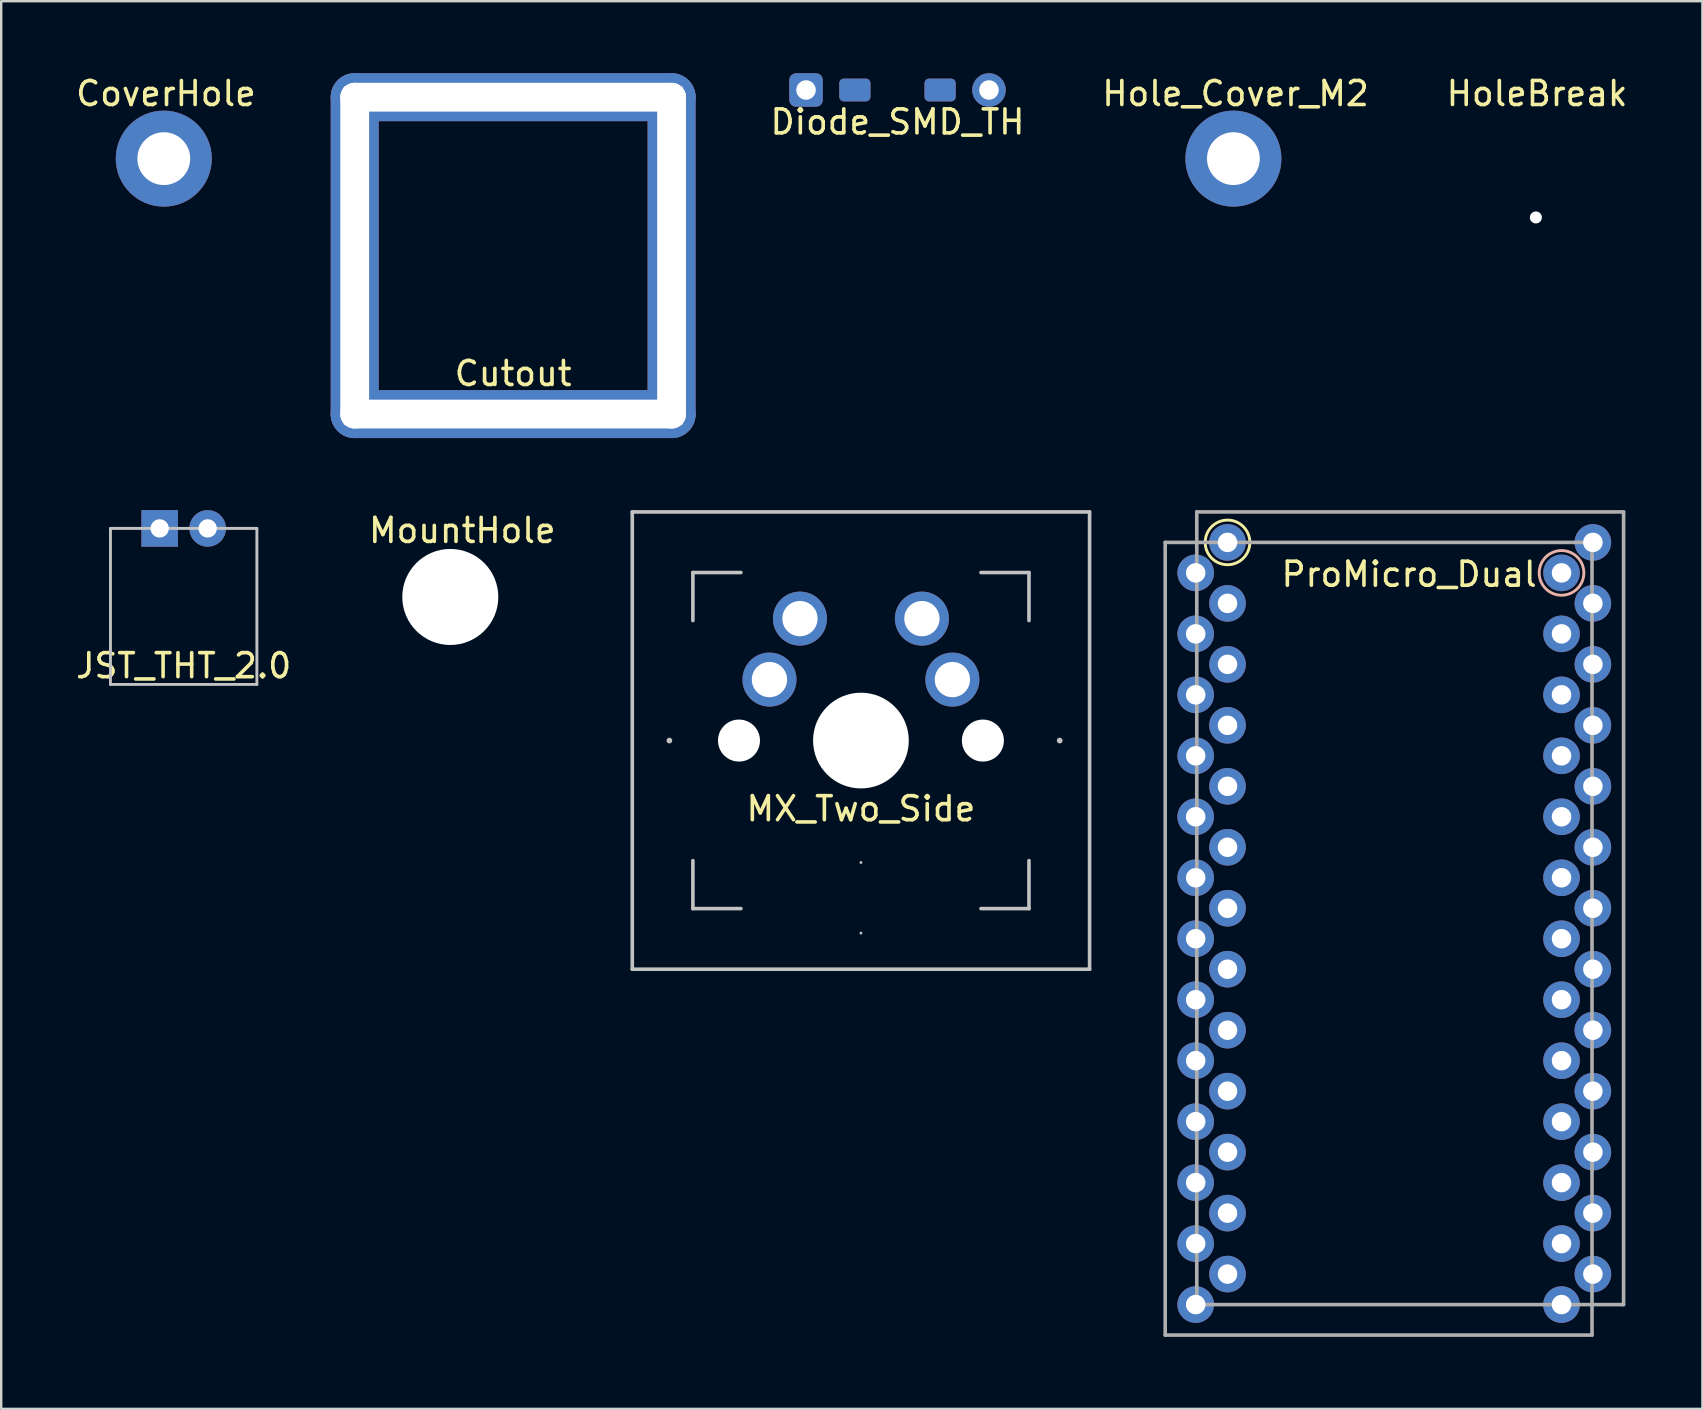
<source format=kicad_pcb>
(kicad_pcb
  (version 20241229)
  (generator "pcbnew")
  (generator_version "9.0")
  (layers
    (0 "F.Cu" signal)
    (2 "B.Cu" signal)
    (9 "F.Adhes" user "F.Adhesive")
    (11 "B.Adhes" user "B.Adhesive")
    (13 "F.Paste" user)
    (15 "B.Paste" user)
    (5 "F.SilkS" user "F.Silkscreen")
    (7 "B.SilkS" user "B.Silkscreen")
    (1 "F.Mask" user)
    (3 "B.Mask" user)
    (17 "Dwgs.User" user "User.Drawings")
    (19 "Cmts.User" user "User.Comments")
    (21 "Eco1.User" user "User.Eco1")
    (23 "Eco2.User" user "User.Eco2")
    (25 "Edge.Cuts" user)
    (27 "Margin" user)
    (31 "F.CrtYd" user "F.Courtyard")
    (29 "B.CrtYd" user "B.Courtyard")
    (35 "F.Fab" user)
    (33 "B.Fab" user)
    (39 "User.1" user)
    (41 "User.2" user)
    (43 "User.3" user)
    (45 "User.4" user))
  (footprint "HoleBreak"
    (layer "F.Cu")
    (at 60.93 6.008)
    (property "Reference" "HoleBreak" (at 0.05 -5.16 0) (layer "F.SilkS") (effects (font (size 1 1) (thickness 0.15))))
    (attr through_hole)
    (pad "" np_thru_hole circle (at 0 0) (size 0.5 0.5) (drill 0.5) (layers "*.Cu" "*.Mask")))
  (footprint "CoverHole"
    (layer "F.Cu")
    (at 3.773 3.558)
    (property "Reference" "CoverHole" (at 0.09 -2.71 0) (layer "F.SilkS") (effects (font (size 1 1) (thickness 0.15))))
    (attr through_hole)
    (pad "1" thru_hole circle (at 0 0) (size 4 4) (drill 2.2) (layers "*.Cu" "*.Mask")))
  (footprint "Diode_SMD_TH"
    (layer "F.Cu")
    (at 34.337 0.699)
    (property "Reference" "Diode_SMD_TH" (at 0 1.33 0) (layer "F.SilkS") (effects (font (size 1 1) (thickness 0.15))))
    (attr through_hole)
    (pad "1" thru_hole roundrect (at -3.81 0) (size 1.397 1.397) (drill 0.813) (layers "*.Cu" "*.Mask") (roundrect_rratio 0.2))
    (pad "1" smd roundrect (at -1.775 0) (size 1.3 0.95) (layers "F.Cu" "F.Mask" "F.Paste") (roundrect_rratio 0.2))
    (pad "1" smd roundrect (at -1.775 0) (size 1.3 0.95) (layers "B.Cu" "B.Mask" "B.Paste") (roundrect_rratio 0.2))
    (pad "2" smd roundrect (at 1.775 0) (size 1.3 0.95) (layers "F.Cu" "F.Mask" "F.Paste") (roundrect_rratio 0.2))
    (pad "2" smd roundrect (at 1.775 0) (size 1.3 0.95) (layers "B.Cu" "B.Mask" "B.Paste") (roundrect_rratio 0.2))
    (pad "2" thru_hole circle (at 3.81 0) (size 1.397 1.397) (drill 0.813) (layers "*.Cu" "*.Mask")))
  (footprint "Cutout"
    (layer "F.Cu")
    (at 18.326 7.6)
    (property "Reference" "Cutout" (at 0 4.91 0) (layer "F.SilkS") (effects (font (size 1 1) (thickness 0.15))))
    (attr through_hole)
    (fp_line (start -7 -7) (end -7 7) (stroke (width 0.12) (type solid)) (layer "Dwgs.User"))
    (fp_line (start -7 -7) (end 7 -7) (stroke (width 0.12) (type solid)) (layer "Dwgs.User"))
    (fp_line (start 7 -7) (end 7 7) (stroke (width 0.12) (type solid)) (layer "Dwgs.User"))
    (fp_line (start 7 7) (end -7 7) (stroke (width 0.12) (type solid)) (layer "Dwgs.User"))
    (pad "" thru_hole oval (at -6.6 0 90) (size 15.2 2) (drill oval 14.4 1.2) (layers "*.Cu" "*.Mask"))
    (pad "" thru_hole oval (at 0 -6.6) (size 15.2 2) (drill oval 14.4 1.2) (layers "*.Cu" "*.Mask"))
    (pad "" thru_hole oval (at 0 6.6 180) (size 15.2 2) (drill oval 14.4 1.2) (layers "*.Cu" "*.Mask"))
    (pad "" thru_hole oval (at 6.6 0 270) (size 15.2 2) (drill oval 14.4 1.2) (layers "*.Cu" "*.Mask")))
  (footprint "Hole_Cover_M2"
    (layer "F.Cu")
    (at 48.33 3.558)
    (property "Reference" "Hole_Cover_M2" (at 0.09 -2.71 0) (layer "F.SilkS") (effects (font (size 1 1) (thickness 0.15))))
    (attr through_hole)
    (pad "1" thru_hole circle (at 0 0) (size 4 4) (drill 2.2) (layers "*.Cu" "*.Mask")))
  (footprint "ProMicro_Dual"
    (layer "F.Cu")
    (at 55.649 36.563)
    (property "Reference" "ProMicro_Dual" (at 0 -15.69 0) (layer "F.SilkS") (effects (font (size 1 1) (thickness 0.15))))
    (attr through_hole)
    (fp_circle (center -7.564 -17.018) (end -6.634 -17.018) (stroke (width 0.12) (type solid)) (fill no) (layer "F.SilkS"))
    (fp_circle (center 6.35 -15.748) (end 7.28 -15.748) (stroke (width 0.12) (type solid)) (fill no) (layer "B.SilkS"))
    (fp_line (start -10.16 -17.018) (end 7.62 -17.018) (stroke (width 0.15) (type solid)) (layer "F.Fab"))
    (fp_line (start -10.16 16.002) (end -10.16 -17.018) (stroke (width 0.15) (type solid)) (layer "F.Fab"))
    (fp_line (start -8.845 -18.288) (end 8.935 -18.288) (stroke (width 0.15) (type solid)) (layer "F.Fab"))
    (fp_line (start -8.845 14.732) (end -8.845 -18.288) (stroke (width 0.15) (type solid)) (layer "F.Fab"))
    (fp_line (start 7.62 -17.018) (end 7.62 16.002) (stroke (width 0.15) (type solid)) (layer "F.Fab"))
    (fp_line (start 7.62 16.002) (end -10.16 16.002) (stroke (width 0.15) (type solid)) (layer "F.Fab"))
    (fp_line (start 8.935 -18.288) (end 8.935 14.732) (stroke (width 0.15) (type solid)) (layer "F.Fab"))
    (fp_line (start 8.935 14.732) (end -8.845 14.732) (stroke (width 0.15) (type solid)) (layer "F.Fab"))
    (pad "1" thru_hole circle (at -8.89 -15.748) (size 1.524 1.524) (drill 0.813) (layers "*.Cu" "*.Mask"))
    (pad "1" thru_hole circle (at 7.656 -17.018 90) (size 1.524 1.524) (drill 0.813) (layers "*.Cu" "*.Mask"))
    (pad "2" thru_hole circle (at -8.89 -13.208) (size 1.524 1.524) (drill 0.813) (layers "*.Cu" "*.Mask"))
    (pad "2" thru_hole circle (at 7.656 -14.478) (size 1.524 1.524) (drill 0.813) (layers "*.Cu" "*.Mask"))
    (pad "3" thru_hole circle (at -8.89 -10.668) (size 1.524 1.524) (drill 0.813) (layers "*.Cu" "*.Mask"))
    (pad "3" thru_hole circle (at 7.656 -11.938) (size 1.524 1.524) (drill 0.813) (layers "*.Cu" "*.Mask"))
    (pad "4" thru_hole circle (at -8.89 -8.128) (size 1.524 1.524) (drill 0.813) (layers "*.Cu" "*.Mask"))
    (pad "4" thru_hole circle (at 7.656 -9.398) (size 1.524 1.524) (drill 0.813) (layers "*.Cu" "*.Mask"))
    (pad "5" thru_hole circle (at -8.89 -5.588) (size 1.524 1.524) (drill 0.813) (layers "*.Cu" "*.Mask"))
    (pad "5" thru_hole circle (at 7.656 -6.858) (size 1.524 1.524) (drill 0.813) (layers "*.Cu" "*.Mask"))
    (pad "6" thru_hole circle (at -8.89 -3.048) (size 1.524 1.524) (drill 0.813) (layers "*.Cu" "*.Mask"))
    (pad "6" thru_hole circle (at 7.656 -4.318) (size 1.524 1.524) (drill 0.813) (layers "*.Cu" "*.Mask"))
    (pad "7" thru_hole circle (at -8.89 -0.508) (size 1.524 1.524) (drill 0.813) (layers "*.Cu" "*.Mask"))
    (pad "7" thru_hole circle (at 7.656 -1.778) (size 1.524 1.524) (drill 0.813) (layers "*.Cu" "*.Mask"))
    (pad "8" thru_hole circle (at -8.89 2.032) (size 1.524 1.524) (drill 0.813) (layers "*.Cu" "*.Mask"))
    (pad "8" thru_hole circle (at 7.656 0.762) (size 1.524 1.524) (drill 0.813) (layers "*.Cu" "*.Mask"))
    (pad "9" thru_hole circle (at -8.89 4.572) (size 1.524 1.524) (drill 0.813) (layers "*.Cu" "*.Mask"))
    (pad "9" thru_hole circle (at 7.656 3.302) (size 1.524 1.524) (drill 0.813) (layers "*.Cu" "*.Mask"))
    (pad "10" thru_hole circle (at -8.89 7.112) (size 1.524 1.524) (drill 0.813) (layers "*.Cu" "*.Mask"))
    (pad "10" thru_hole circle (at 7.656 5.842) (size 1.524 1.524) (drill 0.813) (layers "*.Cu" "*.Mask"))
    (pad "11" thru_hole circle (at -8.89 9.652) (size 1.524 1.524) (drill 0.813) (layers "*.Cu" "*.Mask"))
    (pad "11" thru_hole circle (at 7.656 8.382) (size 1.524 1.524) (drill 0.813) (layers "*.Cu" "*.Mask"))
    (pad "12" thru_hole circle (at -8.89 12.192) (size 1.524 1.524) (drill 0.813) (layers "*.Cu" "*.Mask"))
    (pad "12" thru_hole circle (at 7.656 10.922) (size 1.524 1.524) (drill 0.813) (layers "*.Cu" "*.Mask"))
    (pad "13" thru_hole circle (at -8.89 14.732) (size 1.524 1.524) (drill 0.813) (layers "*.Cu" "*.Mask"))
    (pad "13" thru_hole circle (at 7.656 13.462) (size 1.524 1.524) (drill 0.813) (layers "*.Cu" "*.Mask"))
    (pad "14" thru_hole circle (at -7.564 13.462) (size 1.524 1.524) (drill 0.813) (layers "*.Cu" "*.Mask"))
    (pad "14" thru_hole circle (at 6.35 14.732) (size 1.524 1.524) (drill 0.813) (layers "*.Cu" "*.Mask"))
    (pad "15" thru_hole circle (at -7.564 10.922) (size 1.524 1.524) (drill 0.813) (layers "*.Cu" "*.Mask"))
    (pad "15" thru_hole circle (at 6.35 12.192) (size 1.524 1.524) (drill 0.813) (layers "*.Cu" "*.Mask"))
    (pad "16" thru_hole circle (at -7.564 8.382) (size 1.524 1.524) (drill 0.813) (layers "*.Cu" "*.Mask"))
    (pad "16" thru_hole circle (at 6.35 9.652) (size 1.524 1.524) (drill 0.813) (layers "*.Cu" "*.Mask"))
    (pad "17" thru_hole circle (at -7.564 5.842) (size 1.524 1.524) (drill 0.813) (layers "*.Cu" "*.Mask"))
    (pad "17" thru_hole circle (at 6.35 7.112) (size 1.524 1.524) (drill 0.813) (layers "*.Cu" "*.Mask"))
    (pad "18" thru_hole circle (at -7.564 3.302) (size 1.524 1.524) (drill 0.813) (layers "*.Cu" "*.Mask"))
    (pad "18" thru_hole circle (at 6.35 4.572) (size 1.524 1.524) (drill 0.813) (layers "*.Cu" "*.Mask"))
    (pad "19" thru_hole circle (at -7.564 0.762) (size 1.524 1.524) (drill 0.813) (layers "*.Cu" "*.Mask"))
    (pad "19" thru_hole circle (at 6.35 2.032) (size 1.524 1.524) (drill 0.813) (layers "*.Cu" "*.Mask"))
    (pad "20" thru_hole circle (at -7.564 -1.778) (size 1.524 1.524) (drill 0.813) (layers "*.Cu" "*.Mask"))
    (pad "20" thru_hole circle (at 6.35 -0.508) (size 1.524 1.524) (drill 0.813) (layers "*.Cu" "*.Mask"))
    (pad "21" thru_hole circle (at -7.564 -4.318) (size 1.524 1.524) (drill 0.813) (layers "*.Cu" "*.Mask"))
    (pad "21" thru_hole circle (at 6.35 -3.048) (size 1.524 1.524) (drill 0.813) (layers "*.Cu" "*.Mask"))
    (pad "22" thru_hole circle (at -7.564 -6.858) (size 1.524 1.524) (drill 0.813) (layers "*.Cu" "*.Mask"))
    (pad "22" thru_hole circle (at 6.35 -5.588) (size 1.524 1.524) (drill 0.813) (layers "*.Cu" "*.Mask"))
    (pad "23" thru_hole circle (at -7.564 -9.398) (size 1.524 1.524) (drill 0.813) (layers "*.Cu" "*.Mask"))
    (pad "23" thru_hole circle (at 6.35 -8.128) (size 1.524 1.524) (drill 0.813) (layers "*.Cu" "*.Mask"))
    (pad "24" thru_hole circle (at -7.564 -11.938) (size 1.524 1.524) (drill 0.813) (layers "*.Cu" "*.Mask"))
    (pad "24" thru_hole circle (at 6.35 -10.668) (size 1.524 1.524) (drill 0.813) (layers "*.Cu" "*.Mask"))
    (pad "25" thru_hole circle (at -7.564 -14.478) (size 1.524 1.524) (drill 0.813) (layers "*.Cu" "*.Mask"))
    (pad "25" thru_hole circle (at 6.35 -13.208) (size 1.524 1.524) (drill 0.813) (layers "*.Cu" "*.Mask"))
    (pad "26" thru_hole circle (at -7.564 -17.018) (size 1.524 1.524) (drill 0.813) (layers "*.Cu" "*.Mask"))
    (pad "26" thru_hole circle (at 6.35 -15.748) (size 1.524 1.524) (drill 0.813) (layers "*.Cu" "*.Mask")))
  (footprint "MX_Two_Side"
    (layer "F.Cu")
    (at 32.814 27.8)
    (property "Reference" "MX_Two_Side" (at 0 2.84 0) (layer "F.SilkS") (effects (font (size 1 1) (thickness 0.15))))
    (attr through_hole)
    (fp_line (start -9.525 -9.525) (end 9.525 -9.525) (stroke (width 0.15) (type solid)) (layer "Dwgs.User"))
    (fp_line (start -9.525 9.525) (end -9.525 -9.525) (stroke (width 0.15) (type solid)) (layer "Dwgs.User"))
    (fp_line (start -7 -7) (end -7 -5) (stroke (width 0.15) (type solid)) (layer "Dwgs.User"))
    (fp_line (start -7 5) (end -7 7) (stroke (width 0.15) (type solid)) (layer "Dwgs.User"))
    (fp_line (start -7 7) (end -5 7) (stroke (width 0.15) (type solid)) (layer "Dwgs.User"))
    (fp_line (start -5 -7) (end -7 -7) (stroke (width 0.15) (type solid)) (layer "Dwgs.User"))
    (fp_line (start 0 5.08) (end 0 5.08) (stroke (width 0.12) (type solid)) (layer "Dwgs.User"))
    (fp_line (start 0 8.02) (end 0 8.02) (stroke (width 0.12) (type solid)) (layer "Dwgs.User"))
    (fp_line (start 5 -7) (end 7 -7) (stroke (width 0.15) (type solid)) (layer "Dwgs.User"))
    (fp_line (start 5 7) (end 7 7) (stroke (width 0.15) (type solid)) (layer "Dwgs.User"))
    (fp_line (start 7 -7) (end 7 -5) (stroke (width 0.15) (type solid)) (layer "Dwgs.User"))
    (fp_line (start 7 7) (end 7 5) (stroke (width 0.15) (type solid)) (layer "Dwgs.User"))
    (fp_line (start 9.525 -9.525) (end 9.525 9.525) (stroke (width 0.15) (type solid)) (layer "Dwgs.User"))
    (fp_line (start 9.525 9.525) (end -9.525 9.525) (stroke (width 0.15) (type solid)) (layer "Dwgs.User"))
    (fp_circle (center -7.98 0) (end -7.98 0) (stroke (width 0.12) (type solid)) (fill no) (layer "Dwgs.User"))
    (fp_circle (center 8.28 0) (end 8.28 0) (stroke (width 0.12) (type solid)) (fill no) (layer "Dwgs.User"))
    (pad "" np_thru_hole circle (at -5.08 0 48.1) (size 1.75 1.75) (drill 1.75) (layers "*.Cu" "*.Mask"))
    (pad "" np_thru_hole circle (at 0 0) (size 3.988 3.988) (drill 3.988) (layers "*.Cu" "*.Mask"))
    (pad "" np_thru_hole circle (at 5.08 0 48.1) (size 1.75 1.75) (drill 1.75) (layers "*.Cu" "*.Mask"))
    (pad "1" thru_hole circle (at -3.81 -2.54) (size 2.25 2.25) (drill 1.47) (layers "*.Cu" "*.Mask"))
    (pad "1" thru_hole circle (at 3.81 -2.54) (size 2.25 2.25) (drill 1.47) (layers "*.Cu" "*.Mask"))
    (pad "2" thru_hole circle (at -2.54 -5.08) (size 2.25 2.25) (drill 1.47) (layers "*.Cu" "*.Mask"))
    (pad "2" thru_hole circle (at 2.54 -5.08) (size 2.25 2.25) (drill 1.47) (layers "*.Cu" "*.Mask")))
  (footprint "JST_THT_2.0"
    (layer "F.Cu")
    (at 4.601 18.962)
    (property "Reference" "JST_THT_2.0" (at 0 5.72 0) (layer "F.SilkS") (effects (font (size 1 1) (thickness 0.15))))
    (attr through_hole)
    (fp_line (start -3.05 0) (end -3.05 6.5) (stroke (width 0.12) (type solid)) (layer "Dwgs.User"))
    (fp_line (start -3.05 0) (end 3.05 0) (stroke (width 0.12) (type solid)) (layer "Dwgs.User"))
    (fp_line (start -3.05 6.5) (end 3.05 6.5) (stroke (width 0.12) (type solid)) (layer "Dwgs.User"))
    (fp_line (start 3.05 6.5) (end 3.05 0) (stroke (width 0.12) (type solid)) (layer "Dwgs.User"))
    (pad "1" thru_hole circle (at 1 0) (size 1.524 1.524) (drill 0.762) (layers "*.Cu" "*.Mask"))
    (pad "2" thru_hole rect (at -1 0) (size 1.524 1.524) (drill 0.762) (layers "*.Cu" "*.Mask")))
  (footprint "MountHole"
    (layer "F.Cu")
    (at 15.708 21.818)
    (property "Reference" "MountHole" (at 0.5 -2.77 0) (layer "F.SilkS") (effects (font (size 1 1) (thickness 0.15))))
    (attr through_hole)
    (pad "" np_thru_hole circle (at 0 0) (size 4 4) (drill 4) (layers "*.Cu" "*.Mask")))
  (gr_rect
    (start -3 -3)
    (end 67.867 55.64)
    (stroke (width 0.1) (type default))
    (fill no)
    (layer "Edge.Cuts")))
</source>
